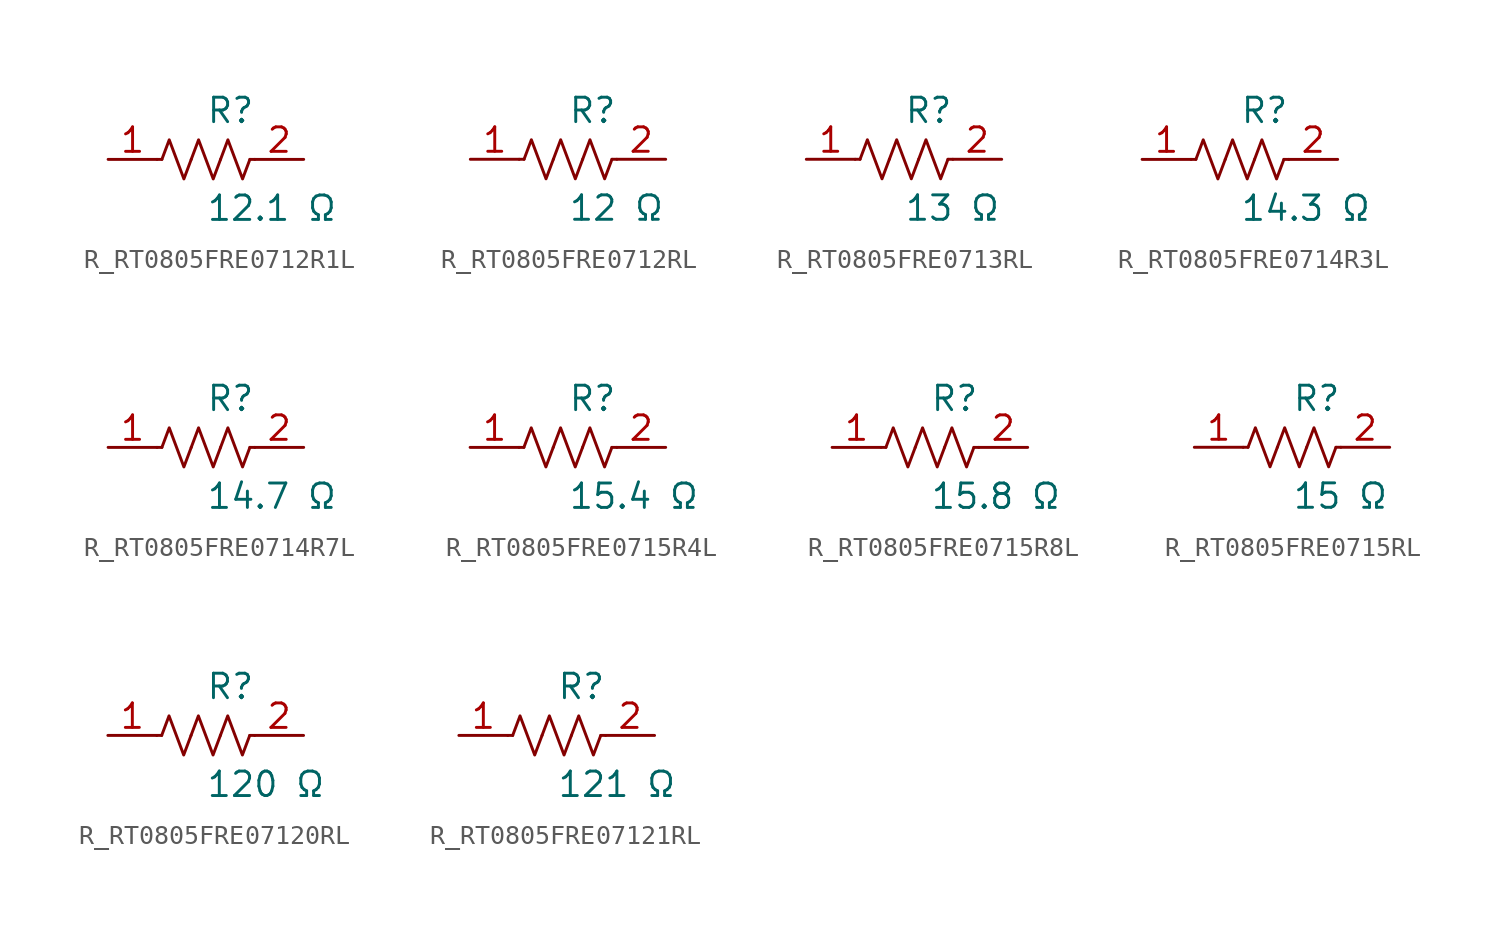
<source format=kicad_sym>
(kicad_symbol_lib
  (version 20231120)
  (generator kicad_symbol_editor)
  (generator_version 8.0)
  (symbol "R_RT0805FRE0712R1L"
    (pin_names
      (offset 0.254))
    (property "Reference" "R"
      (at 0.0 2.54 0)
      (effects (font (size 1.27 1.27)) (justify left)))
    (property "Value" "12.1 Ω"
      (at 0.0 -2.54 0)
      (effects (font (size 1.27 1.27)) (justify left)))
    (symbol "R_RT0805FRE0712R1L_0_1"
      (polyline (pts (xy 2.286 0) (xy 2.54 0)) (stroke (width 0) (type default)) (fill (type none)))
      (polyline (pts (xy -2.286 0) (xy -2.54 0)) (stroke (width 0) (type default)) (fill (type none)))
      (polyline (pts (xy 0.762 0) (xy 1.143 1.016) (xy 1.524 0) (xy 1.905 -1.016) (xy 2.286 0)) (stroke (width 0) (type default)) (fill (type none)))
      (polyline (pts (xy -0.762 0) (xy -0.381 1.016) (xy 0 0) (xy 0.381 -1.016) (xy 0.762 0)) (stroke (width 0) (type default)) (fill (type none)))
      (polyline (pts (xy -2.286 0) (xy -1.905 1.016) (xy -1.524 0) (xy -1.143 -1.016) (xy -0.762 0)) (stroke (width 0) (type default)) (fill (type none))))
    (pin unspecified line
      (at -5.08 0 0)
      (length 2.54)
      (name "" (effects (font (size 1.27 1.27))))
      (number "1" (effects (font (size 1.27 1.27)))))
    (pin unspecified line
      (at 5.08 0 180)
      (length 2.54)
      (name "" (effects (font (size 1.27 1.27))))
      (number "2" (effects (font (size 1.27 1.27))))))
  (symbol "R_RT0805FRE0712RL"
    (pin_names
      (offset 0.254))
    (property "Reference" "R"
      (at 0.0 2.54 0)
      (effects (font (size 1.27 1.27)) (justify left)))
    (property "Value" "12 Ω"
      (at 0.0 -2.54 0)
      (effects (font (size 1.27 1.27)) (justify left)))
    (symbol "R_RT0805FRE0712RL_0_1"
      (polyline (pts (xy 2.286 0) (xy 2.54 0)) (stroke (width 0) (type default)) (fill (type none)))
      (polyline (pts (xy -2.286 0) (xy -2.54 0)) (stroke (width 0) (type default)) (fill (type none)))
      (polyline (pts (xy 0.762 0) (xy 1.143 1.016) (xy 1.524 0) (xy 1.905 -1.016) (xy 2.286 0)) (stroke (width 0) (type default)) (fill (type none)))
      (polyline (pts (xy -0.762 0) (xy -0.381 1.016) (xy 0 0) (xy 0.381 -1.016) (xy 0.762 0)) (stroke (width 0) (type default)) (fill (type none)))
      (polyline (pts (xy -2.286 0) (xy -1.905 1.016) (xy -1.524 0) (xy -1.143 -1.016) (xy -0.762 0)) (stroke (width 0) (type default)) (fill (type none))))
    (pin unspecified line
      (at -5.08 0 0)
      (length 2.54)
      (name "" (effects (font (size 1.27 1.27))))
      (number "1" (effects (font (size 1.27 1.27)))))
    (pin unspecified line
      (at 5.08 0 180)
      (length 2.54)
      (name "" (effects (font (size 1.27 1.27))))
      (number "2" (effects (font (size 1.27 1.27))))))
  (symbol "R_RT0805FRE0713RL"
    (pin_names
      (offset 0.254))
    (property "Reference" "R"
      (at 0.0 2.54 0)
      (effects (font (size 1.27 1.27)) (justify left)))
    (property "Value" "13 Ω"
      (at 0.0 -2.54 0)
      (effects (font (size 1.27 1.27)) (justify left)))
    (symbol "R_RT0805FRE0713RL_0_1"
      (polyline (pts (xy 2.286 0) (xy 2.54 0)) (stroke (width 0) (type default)) (fill (type none)))
      (polyline (pts (xy -2.286 0) (xy -2.54 0)) (stroke (width 0) (type default)) (fill (type none)))
      (polyline (pts (xy 0.762 0) (xy 1.143 1.016) (xy 1.524 0) (xy 1.905 -1.016) (xy 2.286 0)) (stroke (width 0) (type default)) (fill (type none)))
      (polyline (pts (xy -0.762 0) (xy -0.381 1.016) (xy 0 0) (xy 0.381 -1.016) (xy 0.762 0)) (stroke (width 0) (type default)) (fill (type none)))
      (polyline (pts (xy -2.286 0) (xy -1.905 1.016) (xy -1.524 0) (xy -1.143 -1.016) (xy -0.762 0)) (stroke (width 0) (type default)) (fill (type none))))
    (pin unspecified line
      (at -5.08 0 0)
      (length 2.54)
      (name "" (effects (font (size 1.27 1.27))))
      (number "1" (effects (font (size 1.27 1.27)))))
    (pin unspecified line
      (at 5.08 0 180)
      (length 2.54)
      (name "" (effects (font (size 1.27 1.27))))
      (number "2" (effects (font (size 1.27 1.27))))))
  (symbol "R_RT0805FRE0714R3L"
    (pin_names
      (offset 0.254))
    (property "Reference" "R"
      (at 0.0 2.54 0)
      (effects (font (size 1.27 1.27)) (justify left)))
    (property "Value" "14.3 Ω"
      (at 0.0 -2.54 0)
      (effects (font (size 1.27 1.27)) (justify left)))
    (symbol "R_RT0805FRE0714R3L_0_1"
      (polyline (pts (xy 2.286 0) (xy 2.54 0)) (stroke (width 0) (type default)) (fill (type none)))
      (polyline (pts (xy -2.286 0) (xy -2.54 0)) (stroke (width 0) (type default)) (fill (type none)))
      (polyline (pts (xy 0.762 0) (xy 1.143 1.016) (xy 1.524 0) (xy 1.905 -1.016) (xy 2.286 0)) (stroke (width 0) (type default)) (fill (type none)))
      (polyline (pts (xy -0.762 0) (xy -0.381 1.016) (xy 0 0) (xy 0.381 -1.016) (xy 0.762 0)) (stroke (width 0) (type default)) (fill (type none)))
      (polyline (pts (xy -2.286 0) (xy -1.905 1.016) (xy -1.524 0) (xy -1.143 -1.016) (xy -0.762 0)) (stroke (width 0) (type default)) (fill (type none))))
    (pin unspecified line
      (at -5.08 0 0)
      (length 2.54)
      (name "" (effects (font (size 1.27 1.27))))
      (number "1" (effects (font (size 1.27 1.27)))))
    (pin unspecified line
      (at 5.08 0 180)
      (length 2.54)
      (name "" (effects (font (size 1.27 1.27))))
      (number "2" (effects (font (size 1.27 1.27))))))
  (symbol "R_RT0805FRE0714R7L"
    (pin_names
      (offset 0.254))
    (property "Reference" "R"
      (at 0.0 2.54 0)
      (effects (font (size 1.27 1.27)) (justify left)))
    (property "Value" "14.7 Ω"
      (at 0.0 -2.54 0)
      (effects (font (size 1.27 1.27)) (justify left)))
    (symbol "R_RT0805FRE0714R7L_0_1"
      (polyline (pts (xy 2.286 0) (xy 2.54 0)) (stroke (width 0) (type default)) (fill (type none)))
      (polyline (pts (xy -2.286 0) (xy -2.54 0)) (stroke (width 0) (type default)) (fill (type none)))
      (polyline (pts (xy 0.762 0) (xy 1.143 1.016) (xy 1.524 0) (xy 1.905 -1.016) (xy 2.286 0)) (stroke (width 0) (type default)) (fill (type none)))
      (polyline (pts (xy -0.762 0) (xy -0.381 1.016) (xy 0 0) (xy 0.381 -1.016) (xy 0.762 0)) (stroke (width 0) (type default)) (fill (type none)))
      (polyline (pts (xy -2.286 0) (xy -1.905 1.016) (xy -1.524 0) (xy -1.143 -1.016) (xy -0.762 0)) (stroke (width 0) (type default)) (fill (type none))))
    (pin unspecified line
      (at -5.08 0 0)
      (length 2.54)
      (name "" (effects (font (size 1.27 1.27))))
      (number "1" (effects (font (size 1.27 1.27)))))
    (pin unspecified line
      (at 5.08 0 180)
      (length 2.54)
      (name "" (effects (font (size 1.27 1.27))))
      (number "2" (effects (font (size 1.27 1.27))))))
  (symbol "R_RT0805FRE0715R4L"
    (pin_names
      (offset 0.254))
    (property "Reference" "R"
      (at 0.0 2.54 0)
      (effects (font (size 1.27 1.27)) (justify left)))
    (property "Value" "15.4 Ω"
      (at 0.0 -2.54 0)
      (effects (font (size 1.27 1.27)) (justify left)))
    (symbol "R_RT0805FRE0715R4L_0_1"
      (polyline (pts (xy 2.286 0) (xy 2.54 0)) (stroke (width 0) (type default)) (fill (type none)))
      (polyline (pts (xy -2.286 0) (xy -2.54 0)) (stroke (width 0) (type default)) (fill (type none)))
      (polyline (pts (xy 0.762 0) (xy 1.143 1.016) (xy 1.524 0) (xy 1.905 -1.016) (xy 2.286 0)) (stroke (width 0) (type default)) (fill (type none)))
      (polyline (pts (xy -0.762 0) (xy -0.381 1.016) (xy 0 0) (xy 0.381 -1.016) (xy 0.762 0)) (stroke (width 0) (type default)) (fill (type none)))
      (polyline (pts (xy -2.286 0) (xy -1.905 1.016) (xy -1.524 0) (xy -1.143 -1.016) (xy -0.762 0)) (stroke (width 0) (type default)) (fill (type none))))
    (pin unspecified line
      (at -5.08 0 0)
      (length 2.54)
      (name "" (effects (font (size 1.27 1.27))))
      (number "1" (effects (font (size 1.27 1.27)))))
    (pin unspecified line
      (at 5.08 0 180)
      (length 2.54)
      (name "" (effects (font (size 1.27 1.27))))
      (number "2" (effects (font (size 1.27 1.27))))))
  (symbol "R_RT0805FRE0715R8L"
    (pin_names
      (offset 0.254))
    (property "Reference" "R"
      (at 0.0 2.54 0)
      (effects (font (size 1.27 1.27)) (justify left)))
    (property "Value" "15.8 Ω"
      (at 0.0 -2.54 0)
      (effects (font (size 1.27 1.27)) (justify left)))
    (symbol "R_RT0805FRE0715R8L_0_1"
      (polyline (pts (xy 2.286 0) (xy 2.54 0)) (stroke (width 0) (type default)) (fill (type none)))
      (polyline (pts (xy -2.286 0) (xy -2.54 0)) (stroke (width 0) (type default)) (fill (type none)))
      (polyline (pts (xy 0.762 0) (xy 1.143 1.016) (xy 1.524 0) (xy 1.905 -1.016) (xy 2.286 0)) (stroke (width 0) (type default)) (fill (type none)))
      (polyline (pts (xy -0.762 0) (xy -0.381 1.016) (xy 0 0) (xy 0.381 -1.016) (xy 0.762 0)) (stroke (width 0) (type default)) (fill (type none)))
      (polyline (pts (xy -2.286 0) (xy -1.905 1.016) (xy -1.524 0) (xy -1.143 -1.016) (xy -0.762 0)) (stroke (width 0) (type default)) (fill (type none))))
    (pin unspecified line
      (at -5.08 0 0)
      (length 2.54)
      (name "" (effects (font (size 1.27 1.27))))
      (number "1" (effects (font (size 1.27 1.27)))))
    (pin unspecified line
      (at 5.08 0 180)
      (length 2.54)
      (name "" (effects (font (size 1.27 1.27))))
      (number "2" (effects (font (size 1.27 1.27))))))
  (symbol "R_RT0805FRE0715RL"
    (pin_names
      (offset 0.254))
    (property "Reference" "R"
      (at 0.0 2.54 0)
      (effects (font (size 1.27 1.27)) (justify left)))
    (property "Value" "15 Ω"
      (at 0.0 -2.54 0)
      (effects (font (size 1.27 1.27)) (justify left)))
    (symbol "R_RT0805FRE0715RL_0_1"
      (polyline (pts (xy 2.286 0) (xy 2.54 0)) (stroke (width 0) (type default)) (fill (type none)))
      (polyline (pts (xy -2.286 0) (xy -2.54 0)) (stroke (width 0) (type default)) (fill (type none)))
      (polyline (pts (xy 0.762 0) (xy 1.143 1.016) (xy 1.524 0) (xy 1.905 -1.016) (xy 2.286 0)) (stroke (width 0) (type default)) (fill (type none)))
      (polyline (pts (xy -0.762 0) (xy -0.381 1.016) (xy 0 0) (xy 0.381 -1.016) (xy 0.762 0)) (stroke (width 0) (type default)) (fill (type none)))
      (polyline (pts (xy -2.286 0) (xy -1.905 1.016) (xy -1.524 0) (xy -1.143 -1.016) (xy -0.762 0)) (stroke (width 0) (type default)) (fill (type none))))
    (pin unspecified line
      (at -5.08 0 0)
      (length 2.54)
      (name "" (effects (font (size 1.27 1.27))))
      (number "1" (effects (font (size 1.27 1.27)))))
    (pin unspecified line
      (at 5.08 0 180)
      (length 2.54)
      (name "" (effects (font (size 1.27 1.27))))
      (number "2" (effects (font (size 1.27 1.27))))))
  (symbol "R_RT0805FRE07120RL"
    (pin_names
      (offset 0.254))
    (property "Reference" "R"
      (at 0.0 2.54 0)
      (effects (font (size 1.27 1.27)) (justify left)))
    (property "Value" "120 Ω"
      (at 0.0 -2.54 0)
      (effects (font (size 1.27 1.27)) (justify left)))
    (symbol "R_RT0805FRE07120RL_0_1"
      (polyline (pts (xy 2.286 0) (xy 2.54 0)) (stroke (width 0) (type default)) (fill (type none)))
      (polyline (pts (xy -2.286 0) (xy -2.54 0)) (stroke (width 0) (type default)) (fill (type none)))
      (polyline (pts (xy 0.762 0) (xy 1.143 1.016) (xy 1.524 0) (xy 1.905 -1.016) (xy 2.286 0)) (stroke (width 0) (type default)) (fill (type none)))
      (polyline (pts (xy -0.762 0) (xy -0.381 1.016) (xy 0 0) (xy 0.381 -1.016) (xy 0.762 0)) (stroke (width 0) (type default)) (fill (type none)))
      (polyline (pts (xy -2.286 0) (xy -1.905 1.016) (xy -1.524 0) (xy -1.143 -1.016) (xy -0.762 0)) (stroke (width 0) (type default)) (fill (type none))))
    (pin unspecified line
      (at -5.08 0 0)
      (length 2.54)
      (name "" (effects (font (size 1.27 1.27))))
      (number "1" (effects (font (size 1.27 1.27)))))
    (pin unspecified line
      (at 5.08 0 180)
      (length 2.54)
      (name "" (effects (font (size 1.27 1.27))))
      (number "2" (effects (font (size 1.27 1.27))))))
  (symbol "R_RT0805FRE07121RL"
    (pin_names
      (offset 0.254))
    (property "Reference" "R"
      (at 0.0 2.54 0)
      (effects (font (size 1.27 1.27)) (justify left)))
    (property "Value" "121 Ω"
      (at 0.0 -2.54 0)
      (effects (font (size 1.27 1.27)) (justify left)))
    (symbol "R_RT0805FRE07121RL_0_1"
      (polyline (pts (xy 2.286 0) (xy 2.54 0)) (stroke (width 0) (type default)) (fill (type none)))
      (polyline (pts (xy -2.286 0) (xy -2.54 0)) (stroke (width 0) (type default)) (fill (type none)))
      (polyline (pts (xy 0.762 0) (xy 1.143 1.016) (xy 1.524 0) (xy 1.905 -1.016) (xy 2.286 0)) (stroke (width 0) (type default)) (fill (type none)))
      (polyline (pts (xy -0.762 0) (xy -0.381 1.016) (xy 0 0) (xy 0.381 -1.016) (xy 0.762 0)) (stroke (width 0) (type default)) (fill (type none)))
      (polyline (pts (xy -2.286 0) (xy -1.905 1.016) (xy -1.524 0) (xy -1.143 -1.016) (xy -0.762 0)) (stroke (width 0) (type default)) (fill (type none))))
    (pin unspecified line
      (at -5.08 0 0)
      (length 2.54)
      (name "" (effects (font (size 1.27 1.27))))
      (number "1" (effects (font (size 1.27 1.27)))))
    (pin unspecified line
      (at 5.08 0 180)
      (length 2.54)
      (name "" (effects (font (size 1.27 1.27))))
      (number "2" (effects (font (size 1.27 1.27)))))))
</source>
